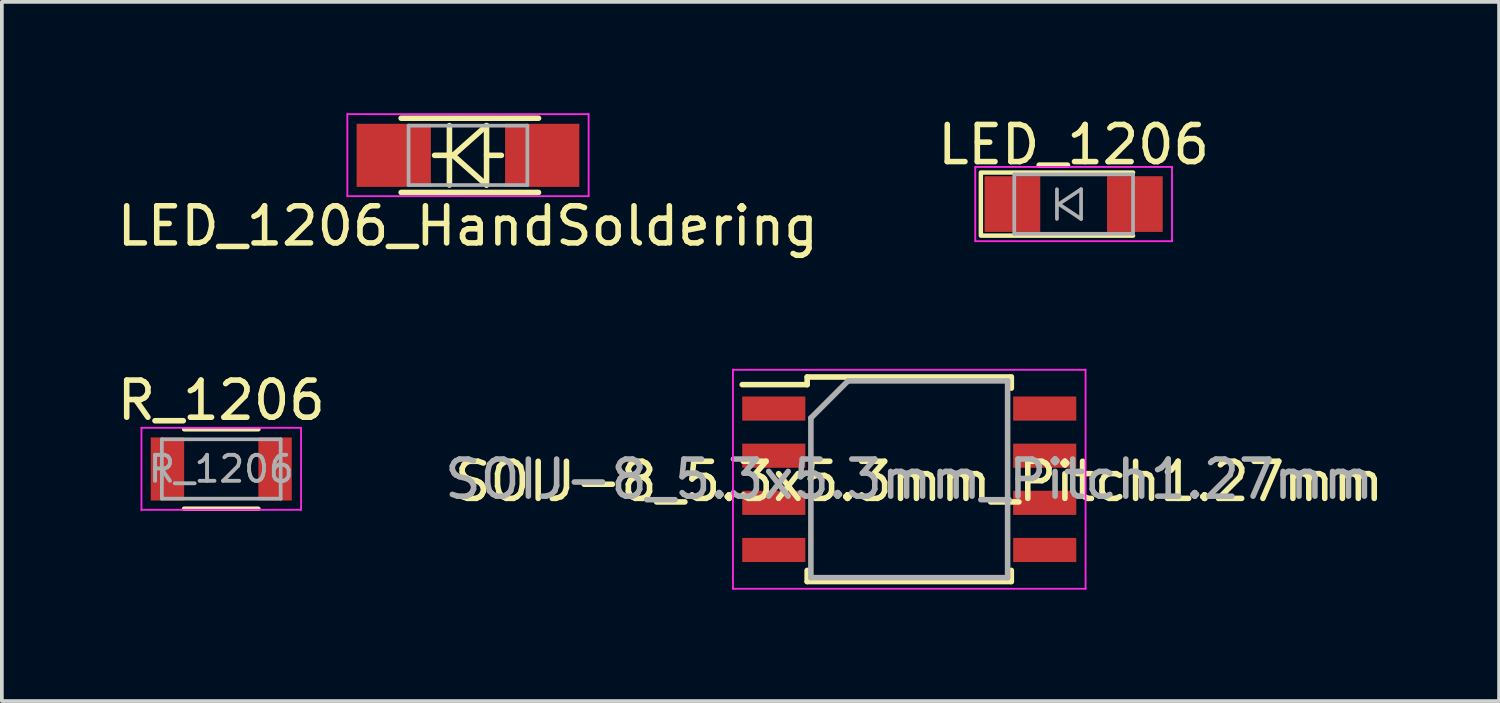
<source format=kicad_pcb>
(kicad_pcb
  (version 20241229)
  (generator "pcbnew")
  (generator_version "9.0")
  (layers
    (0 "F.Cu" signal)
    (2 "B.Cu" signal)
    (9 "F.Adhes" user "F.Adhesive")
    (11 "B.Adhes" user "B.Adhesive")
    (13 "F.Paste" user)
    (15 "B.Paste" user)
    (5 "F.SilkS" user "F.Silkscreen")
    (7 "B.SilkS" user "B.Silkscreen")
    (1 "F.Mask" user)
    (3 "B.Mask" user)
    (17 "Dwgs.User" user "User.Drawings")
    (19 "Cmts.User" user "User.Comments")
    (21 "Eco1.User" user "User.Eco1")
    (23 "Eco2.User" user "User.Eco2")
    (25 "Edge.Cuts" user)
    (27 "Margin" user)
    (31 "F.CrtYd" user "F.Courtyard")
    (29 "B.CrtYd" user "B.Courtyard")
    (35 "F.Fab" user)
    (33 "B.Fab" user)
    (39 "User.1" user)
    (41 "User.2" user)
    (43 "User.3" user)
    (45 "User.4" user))
  (footprint "SOIJ-8_5.3x5.3mm_Pitch1.27mm"
    (layer "F.Cu")
    (at 21.446 9.862)
    (property "Reference" "SOIJ-8_5.3x5.3mm_Pitch1.27mm" (at 0.265 0.06 0) (layer "F.SilkS") (effects (font (size 1 1) (thickness 0.15))))
    (attr smd)
    (fp_line (start -2.75 -2.755) (end -2.75 -2.55) (stroke (width 0.15) (type solid)) (layer "F.SilkS"))
    (fp_line (start -2.75 -2.755) (end 2.75 -2.755) (stroke (width 0.15) (type solid)) (layer "F.SilkS"))
    (fp_line (start -2.75 -2.55) (end -4.5 -2.55) (stroke (width 0.15) (type solid)) (layer "F.SilkS"))
    (fp_line (start -2.75 2.755) (end -2.75 2.455) (stroke (width 0.15) (type solid)) (layer "F.SilkS"))
    (fp_line (start -2.75 2.755) (end 2.75 2.755) (stroke (width 0.15) (type solid)) (layer "F.SilkS"))
    (fp_line (start 2.75 -2.755) (end 2.75 -2.455) (stroke (width 0.15) (type solid)) (layer "F.SilkS"))
    (fp_line (start 2.75 2.755) (end 2.75 2.455) (stroke (width 0.15) (type solid)) (layer "F.SilkS"))
    (fp_line (start -4.75 -2.95) (end -4.75 2.95) (stroke (width 0.05) (type solid)) (layer "F.CrtYd"))
    (fp_line (start -4.75 -2.95) (end 4.75 -2.95) (stroke (width 0.05) (type solid)) (layer "F.CrtYd"))
    (fp_line (start -4.75 2.95) (end 4.75 2.95) (stroke (width 0.05) (type solid)) (layer "F.CrtYd"))
    (fp_line (start 4.75 -2.95) (end 4.75 2.95) (stroke (width 0.05) (type solid)) (layer "F.CrtYd"))
    (fp_line (start -2.65 -1.65) (end -1.65 -2.65) (stroke (width 0.15) (type solid)) (layer "F.Fab"))
    (fp_line (start -2.65 2.65) (end -2.65 -1.65) (stroke (width 0.15) (type solid)) (layer "F.Fab"))
    (fp_line (start -1.65 -2.65) (end 2.65 -2.65) (stroke (width 0.15) (type solid)) (layer "F.Fab"))
    (fp_line (start 2.65 -2.65) (end 2.65 2.65) (stroke (width 0.15) (type solid)) (layer "F.Fab"))
    (fp_line (start 2.65 2.65) (end -2.65 2.65) (stroke (width 0.15) (type solid)) (layer "F.Fab"))
    (fp_text user "${REFERENCE}" (at 0 0 0) (layer "F.Fab") (effects (font (size 1 1) (thickness 0.15))))
    (pad "1" smd rect (at -3.65 -1.905) (size 1.7 0.65) (layers "F.Cu" "F.Mask" "F.Paste"))
    (pad "2" smd rect (at -3.65 -0.635) (size 1.7 0.65) (layers "F.Cu" "F.Mask" "F.Paste"))
    (pad "3" smd rect (at -3.65 0.635) (size 1.7 0.65) (layers "F.Cu" "F.Mask" "F.Paste"))
    (pad "4" smd rect (at -3.65 1.905) (size 1.7 0.65) (layers "F.Cu" "F.Mask" "F.Paste"))
    (pad "5" smd rect (at 3.65 1.905) (size 1.7 0.65) (layers "F.Cu" "F.Mask" "F.Paste"))
    (pad "6" smd rect (at 3.65 0.635) (size 1.7 0.65) (layers "F.Cu" "F.Mask" "F.Paste"))
    (pad "7" smd rect (at 3.65 -0.635) (size 1.7 0.65) (layers "F.Cu" "F.Mask" "F.Paste"))
    (pad "8" smd rect (at 3.65 -1.905) (size 1.7 0.65) (layers "F.Cu" "F.Mask" "F.Paste")))
  (footprint "LED_1206"
    (layer "F.Cu")
    (at 25.875 2.448)
    (property "Reference" "LED_1206" (at 0 -1.6 0) (layer "F.SilkS") (effects (font (size 1 1) (thickness 0.15))))
    (attr smd)
    (fp_line (start -2.5 -0.85) (end -2.5 0.85) (stroke (width 0.12) (type solid)) (layer "F.SilkS"))
    (fp_line (start -2.45 -0.85) (end 1.6 -0.85) (stroke (width 0.12) (type solid)) (layer "F.SilkS"))
    (fp_line (start -2.45 0.85) (end 1.6 0.85) (stroke (width 0.12) (type solid)) (layer "F.SilkS"))
    (fp_line (start -2.65 -1) (end 2.65 -1) (stroke (width 0.05) (type solid)) (layer "F.CrtYd"))
    (fp_line (start -2.65 1) (end -2.65 -1) (stroke (width 0.05) (type solid)) (layer "F.CrtYd"))
    (fp_line (start 2.65 -1) (end 2.65 1) (stroke (width 0.05) (type solid)) (layer "F.CrtYd"))
    (fp_line (start 2.65 1) (end -2.65 1) (stroke (width 0.05) (type solid)) (layer "F.CrtYd"))
    (fp_line (start -1.6 -0.8) (end 1.6 -0.8) (stroke (width 0.1) (type solid)) (layer "F.Fab"))
    (fp_line (start -1.6 0.8) (end -1.6 -0.8) (stroke (width 0.1) (type solid)) (layer "F.Fab"))
    (fp_line (start -0.45 -0.4) (end -0.45 0.4) (stroke (width 0.1) (type solid)) (layer "F.Fab"))
    (fp_line (start -0.4 0) (end 0.2 -0.4) (stroke (width 0.1) (type solid)) (layer "F.Fab"))
    (fp_line (start 0.2 -0.4) (end 0.2 0.4) (stroke (width 0.1) (type solid)) (layer "F.Fab"))
    (fp_line (start 0.2 0.4) (end -0.4 0) (stroke (width 0.1) (type solid)) (layer "F.Fab"))
    (fp_line (start 1.6 -0.8) (end 1.6 0.8) (stroke (width 0.1) (type solid)) (layer "F.Fab"))
    (fp_line (start 1.6 0.8) (end -1.6 0.8) (stroke (width 0.1) (type solid)) (layer "F.Fab"))
    (pad "1" smd rect (at -1.65 0 180) (size 1.5 1.5) (layers "F.Cu" "F.Mask" "F.Paste"))
    (pad "2" smd rect (at 1.65 0 180) (size 1.5 1.5) (layers "F.Cu" "F.Mask" "F.Paste")))
  (footprint "LED_1206_HandSoldering"
    (layer "F.Cu")
    (at 9.558 1.135)
    (property "Reference" "LED_1206_HandSoldering" (at -0.004 1.904 0) (layer "F.SilkS") (effects (font (size 1 1) (thickness 0.15))))
    (attr smd)
    (fp_line (start -1.8 -1) (end 1.9 -1) (stroke (width 0.15) (type solid)) (layer "F.SilkS"))
    (fp_line (start -1.8 1) (end 1.9 1) (stroke (width 0.15) (type solid)) (layer "F.SilkS"))
    (fp_line (start -0.9 0) (end -0.4 0) (stroke (width 0.15) (type solid)) (layer "F.SilkS"))
    (fp_line (start -0.5 -0.8) (end -0.5 0.8) (stroke (width 0.15) (type solid)) (layer "F.SilkS"))
    (fp_line (start -0.4 0) (end 0.5 -0.8) (stroke (width 0.15) (type solid)) (layer "F.SilkS"))
    (fp_line (start 0.5 -0.8) (end 0.5 0.8) (stroke (width 0.15) (type solid)) (layer "F.SilkS"))
    (fp_line (start 0.5 0) (end 0.9 0) (stroke (width 0.15) (type solid)) (layer "F.SilkS"))
    (fp_line (start 0.5 0.8) (end -0.4 0) (stroke (width 0.15) (type solid)) (layer "F.SilkS"))
    (fp_line (start -3.25 -1.11) (end -3.25 1.1) (stroke (width 0.05) (type solid)) (layer "F.CrtYd"))
    (fp_line (start -3.25 -1.11) (end 3.25 -1.11) (stroke (width 0.05) (type solid)) (layer "F.CrtYd"))
    (fp_line (start 3.25 1.1) (end -3.25 1.1) (stroke (width 0.05) (type solid)) (layer "F.CrtYd"))
    (fp_line (start 3.25 1.1) (end 3.25 -1.11) (stroke (width 0.05) (type solid)) (layer "F.CrtYd"))
    (fp_line (start -1.6 -0.8) (end 1.6 -0.8) (stroke (width 0.1) (type solid)) (layer "F.Fab"))
    (fp_line (start -1.6 0.8) (end -1.6 -0.8) (stroke (width 0.1) (type solid)) (layer "F.Fab"))
    (fp_line (start 1.6 -0.8) (end 1.6 0.8) (stroke (width 0.1) (type solid)) (layer "F.Fab"))
    (fp_line (start 1.6 0.8) (end -1.6 0.8) (stroke (width 0.1) (type solid)) (layer "F.Fab"))
    (pad "1" smd rect (at -2 0) (size 2 1.7) (layers "F.Cu" "F.Mask" "F.Paste"))
    (pad "2" smd rect (at 2 0) (size 2 1.7) (layers "F.Cu" "F.Mask" "F.Paste")))
  (footprint "R_1206"
    (layer "F.Cu")
    (at 2.911 9.585)
    (property "Reference" "R_1206" (at 0 -1.85 0) (layer "F.SilkS") (effects (font (size 1 1) (thickness 0.15))))
    (attr smd)
    (fp_line (start -1 -1.07) (end 1 -1.07) (stroke (width 0.12) (type solid)) (layer "F.SilkS"))
    (fp_line (start 1 1.07) (end -1 1.07) (stroke (width 0.12) (type solid)) (layer "F.SilkS"))
    (fp_line (start -2.15 -1.11) (end -2.15 1.1) (stroke (width 0.05) (type solid)) (layer "F.CrtYd"))
    (fp_line (start -2.15 -1.11) (end 2.15 -1.11) (stroke (width 0.05) (type solid)) (layer "F.CrtYd"))
    (fp_line (start 2.15 1.1) (end -2.15 1.1) (stroke (width 0.05) (type solid)) (layer "F.CrtYd"))
    (fp_line (start 2.15 1.1) (end 2.15 -1.11) (stroke (width 0.05) (type solid)) (layer "F.CrtYd"))
    (fp_line (start -1.6 -0.8) (end 1.6 -0.8) (stroke (width 0.1) (type solid)) (layer "F.Fab"))
    (fp_line (start -1.6 0.8) (end -1.6 -0.8) (stroke (width 0.1) (type solid)) (layer "F.Fab"))
    (fp_line (start 1.6 -0.8) (end 1.6 0.8) (stroke (width 0.1) (type solid)) (layer "F.Fab"))
    (fp_line (start 1.6 0.8) (end -1.6 0.8) (stroke (width 0.1) (type solid)) (layer "F.Fab"))
    (fp_text user "${REFERENCE}" (at 0 0 0) (layer "F.Fab") (effects (font (size 0.7 0.7) (thickness 0.105))))
    (pad "1" smd rect (at -1.45 0) (size 0.9 1.7) (layers "F.Cu" "F.Mask" "F.Paste"))
    (pad "2" smd rect (at 1.45 0) (size 0.9 1.7) (layers "F.Cu" "F.Mask" "F.Paste")))
  (gr_rect
    (start -3 -3)
    (end 37.336 15.837)
    (stroke (width 0.1) (type default))
    (fill no)
    (layer "Edge.Cuts")))
</source>
